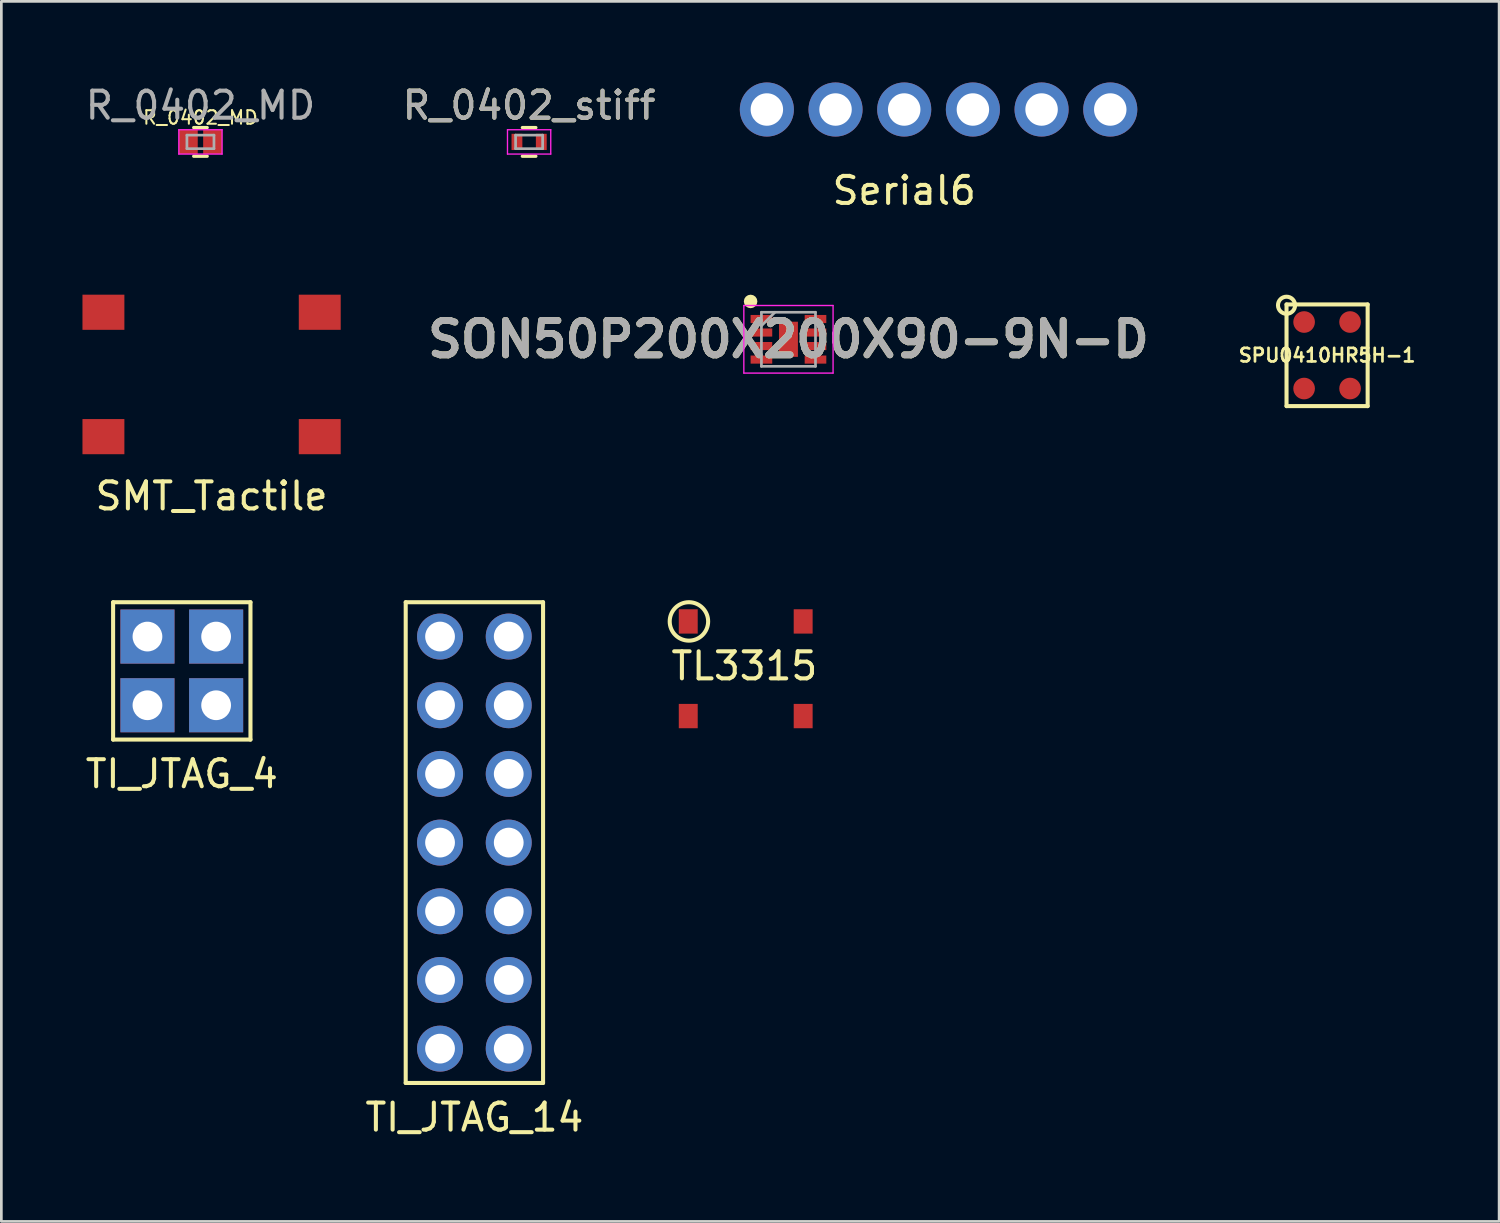
<source format=kicad_pcb>
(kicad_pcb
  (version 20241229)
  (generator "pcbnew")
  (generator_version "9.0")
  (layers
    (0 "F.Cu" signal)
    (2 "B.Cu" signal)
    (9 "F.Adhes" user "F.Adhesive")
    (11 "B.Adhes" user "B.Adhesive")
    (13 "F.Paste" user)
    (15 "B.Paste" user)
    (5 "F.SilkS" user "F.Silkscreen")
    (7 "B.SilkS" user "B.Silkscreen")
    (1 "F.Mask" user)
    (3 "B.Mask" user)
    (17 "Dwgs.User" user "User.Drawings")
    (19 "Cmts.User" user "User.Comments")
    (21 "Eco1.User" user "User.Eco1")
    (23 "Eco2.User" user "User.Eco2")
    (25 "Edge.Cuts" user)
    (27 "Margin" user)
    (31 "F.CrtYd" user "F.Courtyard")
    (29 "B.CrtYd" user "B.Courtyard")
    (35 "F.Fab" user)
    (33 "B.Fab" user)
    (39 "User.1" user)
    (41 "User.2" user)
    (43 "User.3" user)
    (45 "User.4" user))
  (footprint "SON50P200X200X90-9N-D"
    (layer "F.Cu")
    (at 26.109 9.498)
    (property "Reference" "SON50P200X200X90-9N-D" (at 0 0 0) (layer "F.SilkS") (effects (font (size 1.27 1.27) (thickness 0.254))))
    (attr smd)
    (fp_circle (center -1.4 -1.4) (end -1.4 -1.275) (stroke (width 0.25) (type solid)) (fill no) (layer "F.SilkS"))
    (fp_line (start -1.65 -1.25) (end 1.65 -1.25) (stroke (width 0.05) (type solid)) (layer "F.CrtYd"))
    (fp_line (start -1.65 1.25) (end -1.65 -1.25) (stroke (width 0.05) (type solid)) (layer "F.CrtYd"))
    (fp_line (start 1.65 -1.25) (end 1.65 1.25) (stroke (width 0.05) (type solid)) (layer "F.CrtYd"))
    (fp_line (start 1.65 1.25) (end -1.65 1.25) (stroke (width 0.05) (type solid)) (layer "F.CrtYd"))
    (fp_line (start -1 -1) (end 1 -1) (stroke (width 0.1) (type solid)) (layer "F.Fab"))
    (fp_line (start -1 -0.5) (end -0.5 -1) (stroke (width 0.1) (type solid)) (layer "F.Fab"))
    (fp_line (start -1 1) (end -1 -1) (stroke (width 0.1) (type solid)) (layer "F.Fab"))
    (fp_line (start 1 -1) (end 1 1) (stroke (width 0.1) (type solid)) (layer "F.Fab"))
    (fp_line (start 1 1) (end -1 1) (stroke (width 0.1) (type solid)) (layer "F.Fab"))
    (fp_text user "${REFERENCE}" (at 0 0 0) (layer "F.Fab") (effects (font (size 1.27 1.27) (thickness 0.254))))
    (pad "1" smd rect (at -1 -0.75 90) (size 0.3 0.8) (layers "F.Cu" "F.Mask" "F.Paste"))
    (pad "2" smd rect (at -1 -0.25 90) (size 0.3 0.8) (layers "F.Cu" "F.Mask" "F.Paste"))
    (pad "3" smd rect (at -1 0.25 90) (size 0.3 0.8) (layers "F.Cu" "F.Mask" "F.Paste"))
    (pad "4" smd rect (at -1 0.75 90) (size 0.3 0.8) (layers "F.Cu" "F.Mask" "F.Paste"))
    (pad "5" smd rect (at 1 0.75 90) (size 0.3 0.8) (layers "F.Cu" "F.Mask" "F.Paste"))
    (pad "6" smd rect (at 1 0.25 90) (size 0.3 0.8) (layers "F.Cu" "F.Mask" "F.Paste"))
    (pad "7" smd rect (at 1 -0.25 90) (size 0.3 0.8) (layers "F.Cu" "F.Mask" "F.Paste"))
    (pad "8" smd rect (at 1 -0.75 90) (size 0.3 0.8) (layers "F.Cu" "F.Mask" "F.Paste"))
    (pad "9" smd rect (at 0 0) (size 0.7 1.3) (layers "F.Cu" "F.Mask" "F.Paste")))
  (footprint "SMT_Tactile"
    (layer "F.Cu")
    (at 4.775 10.798)
    (property "Reference" "SMT_Tactile" (at 0 4.5 0) (layer "F.SilkS") (effects (font (size 1 1) (thickness 0.15))))
    (attr through_hole)
    (pad "1" smd rect (at -4 -2.3) (size 1.55 1.3) (layers "F.Cu" "F.Mask" "F.Paste"))
    (pad "2" smd rect (at 4 -2.3) (size 1.55 1.3) (layers "F.Cu" "F.Mask" "F.Paste"))
    (pad "3" smd rect (at -4 2.3) (size 1.55 1.3) (layers "F.Cu" "F.Mask" "F.Paste"))
    (pad "4" smd rect (at 4 2.3) (size 1.55 1.3) (layers "F.Cu" "F.Mask" "F.Paste")))
  (footprint "TI_JTAG_4"
    (layer "F.Cu")
    (at 3.673 21.762)
    (property "Reference" "TI_JTAG_4" (at 0 3.81 0) (layer "F.SilkS") (effects (font (size 1 1) (thickness 0.15))))
    (attr through_hole)
    (fp_line (start -2.54 -2.54) (end 2.54 -2.54) (stroke (width 0.15) (type solid)) (layer "F.SilkS"))
    (fp_line (start -2.54 2.54) (end -2.54 -2.54) (stroke (width 0.15) (type solid)) (layer "F.SilkS"))
    (fp_line (start 2.54 -2.54) (end 2.54 2.54) (stroke (width 0.15) (type solid)) (layer "F.SilkS"))
    (fp_line (start 2.54 2.54) (end -2.54 2.54) (stroke (width 0.15) (type solid)) (layer "F.SilkS"))
    (pad "1" thru_hole rect (at -1.27 -1.27) (size 2 2) (drill 1.1) (layers "*.Cu" "*.Mask"))
    (pad "2" thru_hole rect (at -1.27 1.27) (size 2 2) (drill 1.1) (layers "*.Cu" "*.Mask"))
    (pad "3" thru_hole rect (at 1.27 1.27) (size 2 2) (drill 1.1) (layers "*.Cu" "*.Mask"))
    (pad "4" thru_hole rect (at 1.27 -1.27) (size 2 2) (drill 1.1) (layers "*.Cu" "*.Mask")))
  (footprint "Serial6"
    (layer "F.Cu")
    (at 30.39 1)
    (property "Reference" "Serial6" (at 0 3 0) (layer "F.SilkS") (effects (font (size 1 1) (thickness 0.15))))
    (attr through_hole)
    (pad "1" thru_hole circle (at -5.08 0) (size 2 2) (drill 1.2) (layers "*.Cu" "*.Mask"))
    (pad "2" thru_hole circle (at -2.54 0) (size 2 2) (drill 1.2) (layers "*.Cu" "*.Mask"))
    (pad "3" thru_hole circle (at 0 0) (size 2 2) (drill 1.2) (layers "*.Cu" "*.Mask"))
    (pad "4" thru_hole circle (at 2.54 0) (size 2 2) (drill 1.2) (layers "*.Cu" "*.Mask"))
    (pad "5" thru_hole circle (at 5.08 0) (size 2 2) (drill 1.2) (layers "*.Cu" "*.Mask"))
    (pad "6" thru_hole circle (at 7.62 0) (size 2 2) (drill 1.2) (layers "*.Cu" "*.Mask")))
  (footprint "TI_JTAG_14"
    (layer "F.Cu")
    (at 14.494 28.111)
    (property "Reference" "TI_JTAG_14" (at 0 10.16 0) (layer "F.SilkS") (effects (font (size 1 1) (thickness 0.15))))
    (attr through_hole)
    (fp_line (start -2.54 -8.89) (end 2.54 -8.89) (stroke (width 0.15) (type solid)) (layer "F.SilkS"))
    (fp_line (start -2.54 8.89) (end -2.54 -8.89) (stroke (width 0.15) (type solid)) (layer "F.SilkS"))
    (fp_line (start 2.54 -8.89) (end 2.54 8.89) (stroke (width 0.15) (type solid)) (layer "F.SilkS"))
    (fp_line (start 2.54 8.89) (end -2.54 8.89) (stroke (width 0.15) (type solid)) (layer "F.SilkS"))
    (pad "1" thru_hole circle (at 1.27 -7.62) (size 1.7 1.7) (drill 1.1) (layers "*.Cu" "*.Mask"))
    (pad "2" thru_hole circle (at -1.27 -7.62) (size 1.7 1.7) (drill 1.1) (layers "*.Cu" "*.Mask"))
    (pad "3" thru_hole circle (at 1.27 -5.08) (size 1.7 1.7) (drill 1.1) (layers "*.Cu" "*.Mask"))
    (pad "4" thru_hole circle (at -1.27 -5.08) (size 1.7 1.7) (drill 1.1) (layers "*.Cu" "*.Mask"))
    (pad "5" thru_hole circle (at 1.27 -2.54) (size 1.7 1.7) (drill 1.1) (layers "*.Cu" "*.Mask"))
    (pad "6" thru_hole circle (at -1.27 -2.54) (size 1.7 1.7) (drill 1.1) (layers "*.Cu" "*.Mask"))
    (pad "7" thru_hole circle (at 1.27 0) (size 1.7 1.7) (drill 1.1) (layers "*.Cu" "*.Mask"))
    (pad "8" thru_hole circle (at -1.27 0) (size 1.7 1.7) (drill 1.1) (layers "*.Cu" "*.Mask"))
    (pad "9" thru_hole circle (at 1.27 2.54) (size 1.7 1.7) (drill 1.1) (layers "*.Cu" "*.Mask"))
    (pad "10" thru_hole circle (at -1.27 2.54) (size 1.7 1.7) (drill 1.1) (layers "*.Cu" "*.Mask"))
    (pad "11" thru_hole circle (at 1.27 5.08) (size 1.7 1.7) (drill 1.1) (layers "*.Cu" "*.Mask"))
    (pad "12" thru_hole circle (at -1.27 5.08) (size 1.7 1.7) (drill 1.1) (layers "*.Cu" "*.Mask"))
    (pad "13" thru_hole circle (at 1.27 7.62) (size 1.7 1.7) (drill 1.1) (layers "*.Cu" "*.Mask"))
    (pad "14" thru_hole circle (at -1.27 7.62) (size 1.7 1.7) (drill 1.1) (layers "*.Cu" "*.Mask")))
  (footprint "R_0402_MD"
    (layer "F.Cu")
    (at 4.363 2.198)
    (property "Reference" "R_0402_MD" (at 0 -0.9 0) (layer "F.SilkS") (effects (font (size 0.5 0.5) (thickness 0.075))))
    (attr smd)
    (fp_line (start -0.25 0.53) (end 0.25 0.53) (stroke (width 0.12) (type solid)) (layer "F.SilkS"))
    (fp_line (start 0.25 -0.53) (end -0.25 -0.53) (stroke (width 0.12) (type solid)) (layer "F.SilkS"))
    (fp_line (start -0.8 -0.45) (end -0.8 0.45) (stroke (width 0.05) (type solid)) (layer "F.CrtYd"))
    (fp_line (start -0.8 -0.45) (end 0.8 -0.45) (stroke (width 0.05) (type solid)) (layer "F.CrtYd"))
    (fp_line (start 0.8 0.45) (end -0.8 0.45) (stroke (width 0.05) (type solid)) (layer "F.CrtYd"))
    (fp_line (start 0.8 0.45) (end 0.8 -0.45) (stroke (width 0.05) (type solid)) (layer "F.CrtYd"))
    (fp_line (start -0.5 -0.25) (end 0.5 -0.25) (stroke (width 0.1) (type solid)) (layer "F.Fab"))
    (fp_line (start -0.5 0.25) (end -0.5 -0.25) (stroke (width 0.1) (type solid)) (layer "F.Fab"))
    (fp_line (start 0.5 -0.25) (end 0.5 0.25) (stroke (width 0.1) (type solid)) (layer "F.Fab"))
    (fp_line (start 0.5 0.25) (end -0.5 0.25) (stroke (width 0.1) (type solid)) (layer "F.Fab"))
    (fp_text user "${REFERENCE}" (at 0 -1.35 0) (layer "F.Fab") (effects (font (size 1 1) (thickness 0.15))))
    (pad "1" smd rect (at -0.45 0) (size 0.7 0.9) (layers "F.Cu" "F.Mask" "F.Paste"))
    (pad "2" smd rect (at 0.45 0) (size 0.7 0.9) (layers "F.Cu" "F.Mask" "F.Paste")))
  (footprint "R_0402_stiff"
    (layer "F.Cu")
    (at 16.518 2.198)
    (property "Reference" "R_0402_stiff" (at 0 -1.35 0) (layer "F.SilkS") (effects (font (size 1 1) (thickness 0.15))))
    (attr smd)
    (fp_line (start -0.25 0.53) (end 0.25 0.53) (stroke (width 0.12) (type solid)) (layer "F.SilkS"))
    (fp_line (start 0.25 -0.53) (end -0.25 -0.53) (stroke (width 0.12) (type solid)) (layer "F.SilkS"))
    (fp_line (start -0.8 -0.45) (end -0.8 0.45) (stroke (width 0.05) (type solid)) (layer "F.CrtYd"))
    (fp_line (start -0.8 -0.45) (end 0.8 -0.45) (stroke (width 0.05) (type solid)) (layer "F.CrtYd"))
    (fp_line (start 0.8 0.45) (end -0.8 0.45) (stroke (width 0.05) (type solid)) (layer "F.CrtYd"))
    (fp_line (start 0.8 0.45) (end 0.8 -0.45) (stroke (width 0.05) (type solid)) (layer "F.CrtYd"))
    (fp_line (start -0.5 -0.25) (end 0.5 -0.25) (stroke (width 0.1) (type solid)) (layer "F.Fab"))
    (fp_line (start -0.5 0.25) (end -0.5 -0.25) (stroke (width 0.1) (type solid)) (layer "F.Fab"))
    (fp_line (start 0.5 -0.25) (end 0.5 0.25) (stroke (width 0.1) (type solid)) (layer "F.Fab"))
    (fp_line (start 0.5 0.25) (end -0.5 0.25) (stroke (width 0.1) (type solid)) (layer "F.Fab"))
    (fp_text user "${REFERENCE}" (at 0 -1.35 0) (layer "F.Fab") (effects (font (size 1 1) (thickness 0.15))))
    (pad "1" smd rect (at -0.45 0) (size 0.4 0.6) (layers "F.Cu" "F.Mask" "F.Paste"))
    (pad "2" smd rect (at 0.45 0) (size 0.4 0.6) (layers "F.Cu" "F.Mask" "F.Paste")))
  (footprint "SPU0410HR5H-1"
    (layer "F.Cu")
    (at 46.029 10.089)
    (property "Reference" "SPU0410HR5H-1" (at 0 0 0) (layer "F.SilkS") (effects (font (size 0.5 0.5) (thickness 0.1))))
    (attr through_hole)
    (fp_line (start -1.5 -1.88) (end -1.5 1.88) (stroke (width 0.15) (type solid)) (layer "F.SilkS"))
    (fp_line (start -1.5 -1.88) (end 1.5 -1.88) (stroke (width 0.15) (type solid)) (layer "F.SilkS"))
    (fp_line (start -1.5 1.88) (end 1.5 1.88) (stroke (width 0.15) (type solid)) (layer "F.SilkS"))
    (fp_line (start 1.5 -1.88) (end 1.5 1.88) (stroke (width 0.15) (type solid)) (layer "F.SilkS"))
    (fp_circle (center -1.5 -1.85) (end -1.6 -2.15) (stroke (width 0.15) (type solid)) (fill no) (layer "F.SilkS"))
    (pad "1" smd circle (at -0.85 -1.23) (size 0.8 0.8) (layers "F.Cu" "F.Mask" "F.Paste"))
    (pad "2" smd circle (at -0.85 1.23) (size 0.8 0.8) (layers "F.Cu" "F.Mask" "F.Paste"))
    (pad "3" smd circle (at 0.85 1.23) (size 0.8 0.8) (layers "F.Cu" "F.Mask" "F.Paste"))
    (pad "4" smd circle (at 0.85 -1.23) (size 0.8 0.8) (layers "F.Cu" "F.Mask" "F.Paste")))
  (footprint "TL3315"
    (layer "F.Cu")
    (at 24.528 21.682)
    (property "Reference" "TL3315" (at -0.05 -0.1 0) (layer "F.SilkS") (effects (font (size 1 1) (thickness 0.15))))
    (attr smd)
    (fp_circle (center -2.1 -1.75) (end -2.55 -2.3) (stroke (width 0.15) (type solid)) (fill no) (layer "F.SilkS"))
    (pad "1" smd rect (at -2.125 -1.75) (size 0.7 0.9) (layers "F.Cu" "F.Mask" "F.Paste"))
    (pad "2" smd rect (at 2.125 -1.75) (size 0.7 0.9) (layers "F.Cu" "F.Mask" "F.Paste"))
    (pad "3" smd rect (at -2.125 1.75) (size 0.7 0.9) (layers "F.Cu" "F.Mask" "F.Paste"))
    (pad "4" smd rect (at 2.125 1.75) (size 0.7 0.9) (layers "F.Cu" "F.Mask" "F.Paste")))
  (gr_rect
    (start -3 -3)
    (end 52.391 42.12)
    (stroke (width 0.1) (type default))
    (fill no)
    (layer "Edge.Cuts")))
</source>
